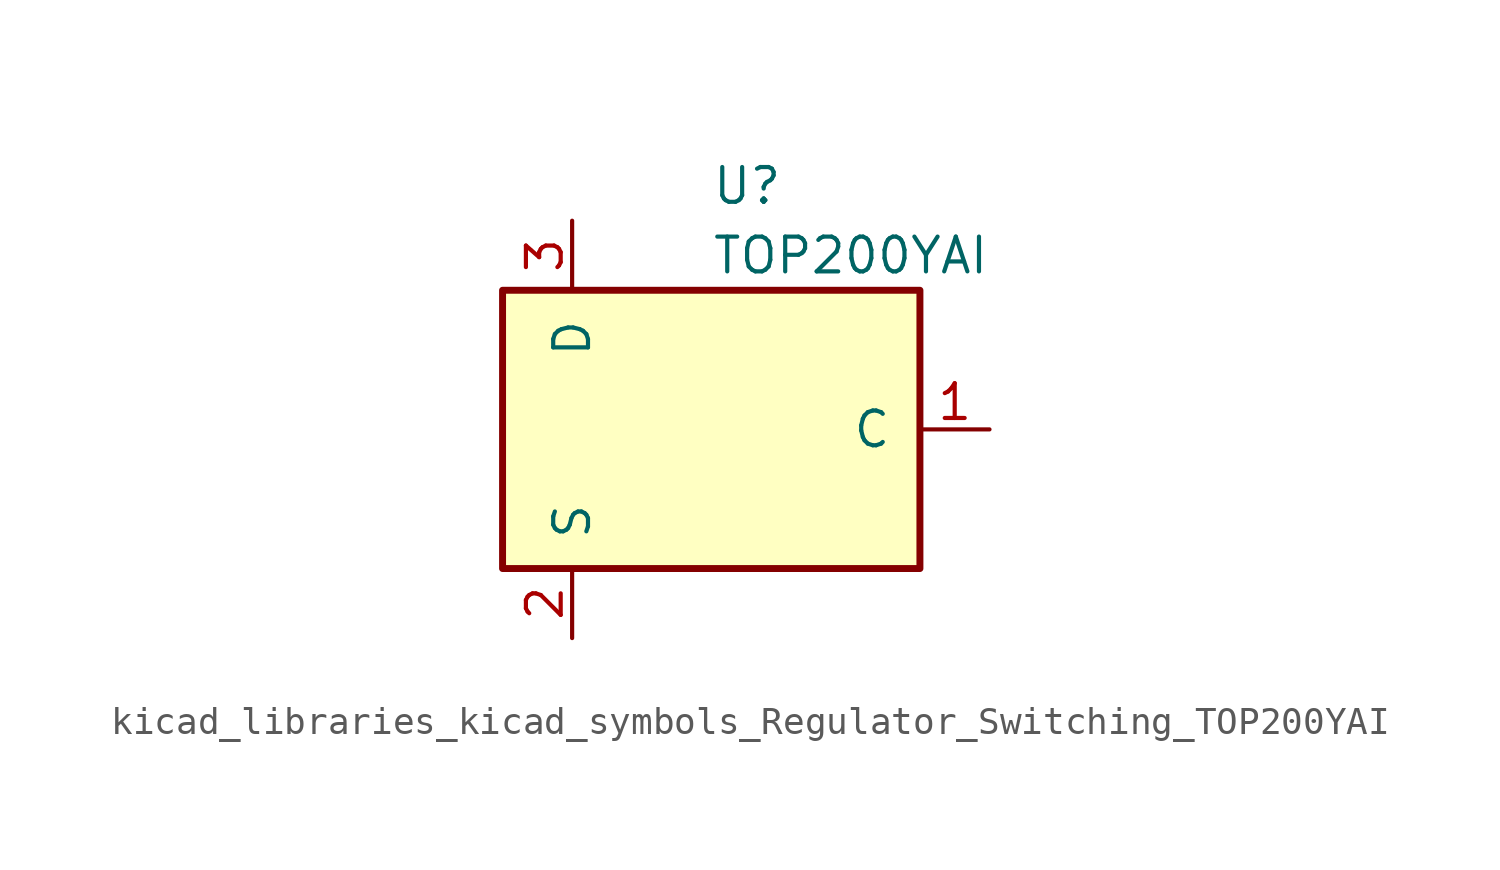
<source format=kicad_sym>
(kicad_symbol_lib
  (version 20220914)
  (generator kicad_symbol_editor)
  (symbol "kicad_libraries_kicad_symbols_Regulator_Switching_TOP200YAI"
    (pin_names
      (offset 1.016))
    (property "Reference" "U"
      (at 0 8.89 0)
      (effects (font (size 1.27 1.27)) (justify left)))
    (property "Value" "TOP200YAI"
      (at 0 6.35 0)
      (effects (font (size 1.27 1.27)) (justify left)))
    (symbol "kicad_libraries_kicad_symbols_Regulator_Switching_TOP200YAI_0_1"
      (rectangle (start -7.62 5.08) (end 7.62 -5.08) (stroke (width 0.254) (type default)) (fill (type background))))
    (symbol "kicad_libraries_kicad_symbols_Regulator_Switching_TOP200YAI_1_1"
      (pin input line (at 10.16 0 180) (length 2.54) (name "C" (effects (font (size 1.27 1.27)))) (number "1" (effects (font (size 1.27 1.27)))))
      (pin power_in line (at -5.08 -7.62 90) (length 2.54) (name "S" (effects (font (size 1.27 1.27)))) (number "2" (effects (font (size 1.27 1.27)))))
      (pin open_collector line (at -5.08 7.62 270) (length 2.54) (name "D" (effects (font (size 1.27 1.27)))) (number "3" (effects (font (size 1.27 1.27))))))))
</source>
